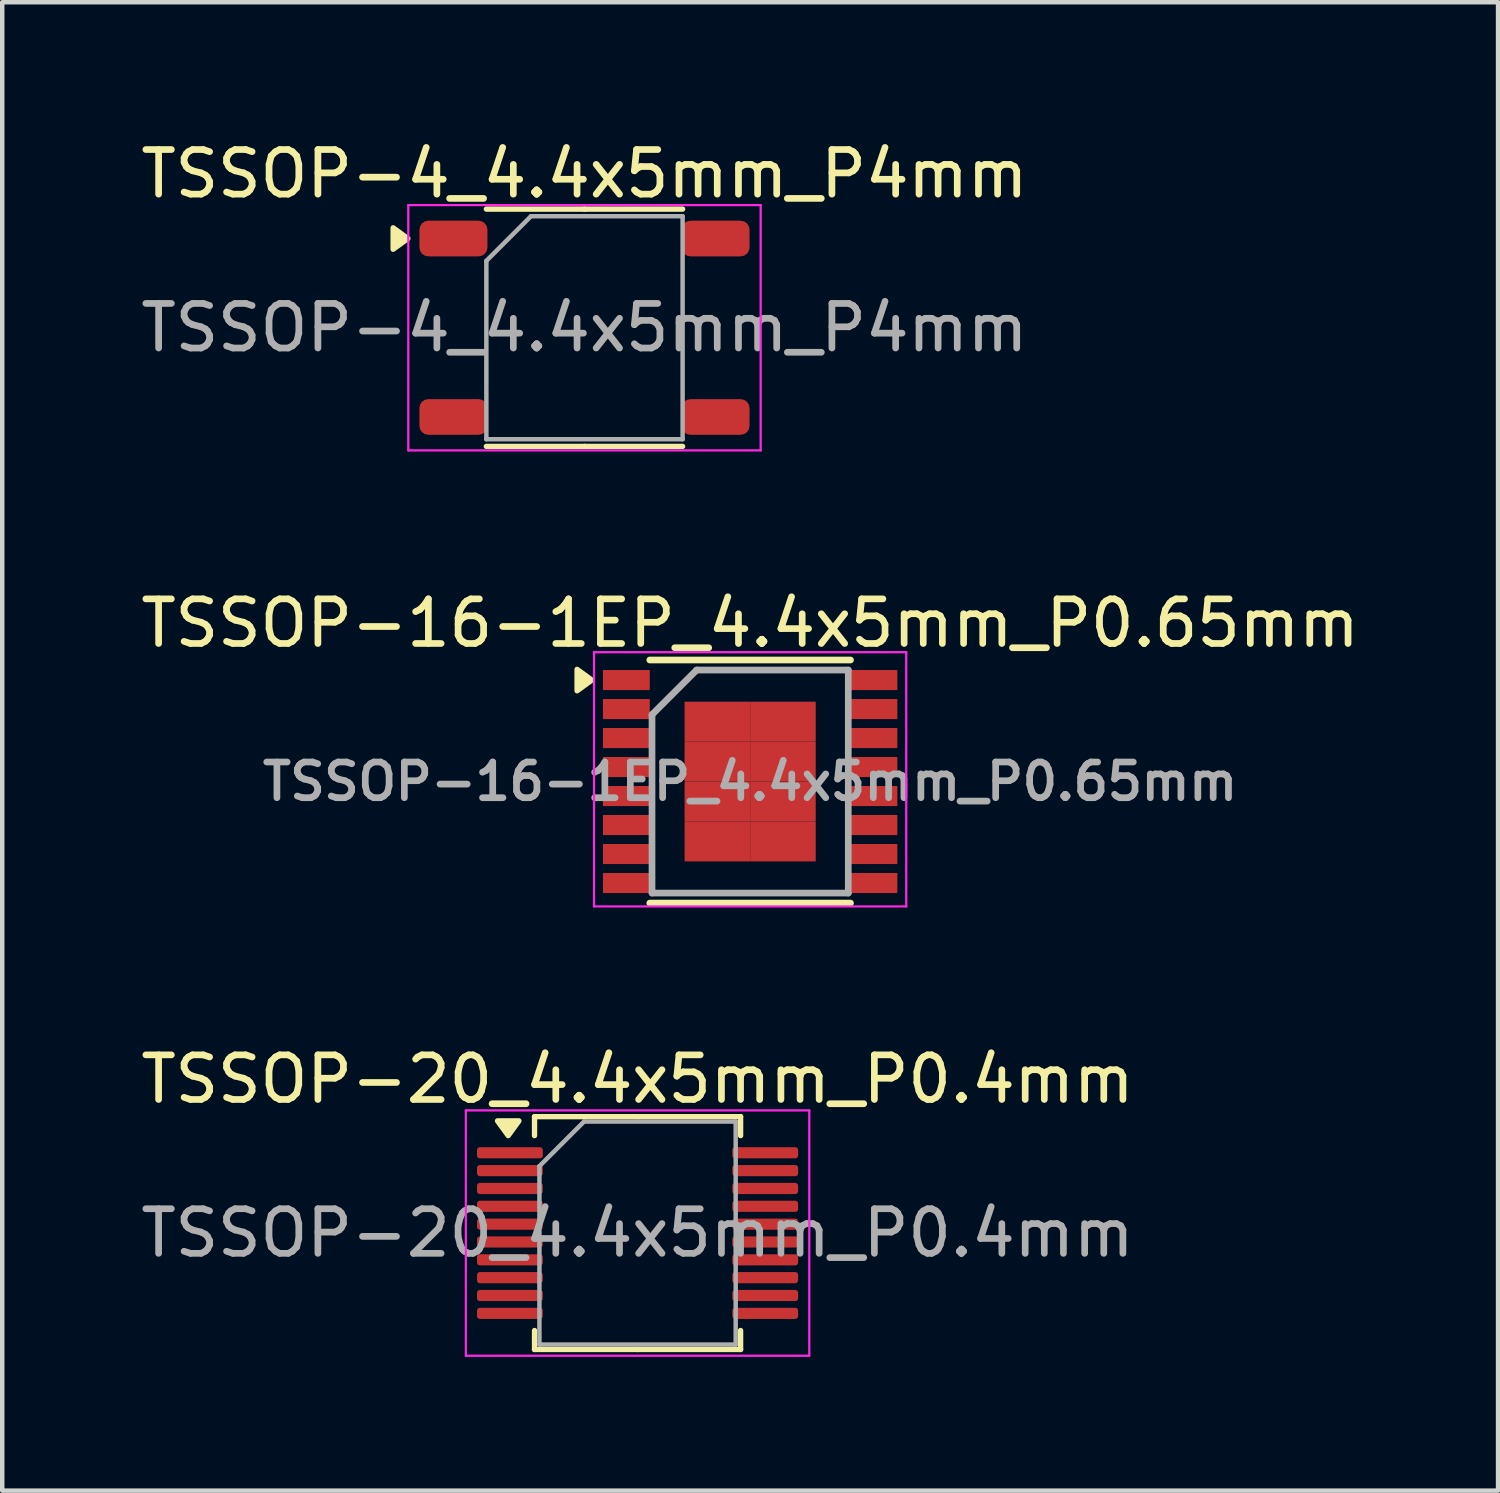
<source format=kicad_pcb>
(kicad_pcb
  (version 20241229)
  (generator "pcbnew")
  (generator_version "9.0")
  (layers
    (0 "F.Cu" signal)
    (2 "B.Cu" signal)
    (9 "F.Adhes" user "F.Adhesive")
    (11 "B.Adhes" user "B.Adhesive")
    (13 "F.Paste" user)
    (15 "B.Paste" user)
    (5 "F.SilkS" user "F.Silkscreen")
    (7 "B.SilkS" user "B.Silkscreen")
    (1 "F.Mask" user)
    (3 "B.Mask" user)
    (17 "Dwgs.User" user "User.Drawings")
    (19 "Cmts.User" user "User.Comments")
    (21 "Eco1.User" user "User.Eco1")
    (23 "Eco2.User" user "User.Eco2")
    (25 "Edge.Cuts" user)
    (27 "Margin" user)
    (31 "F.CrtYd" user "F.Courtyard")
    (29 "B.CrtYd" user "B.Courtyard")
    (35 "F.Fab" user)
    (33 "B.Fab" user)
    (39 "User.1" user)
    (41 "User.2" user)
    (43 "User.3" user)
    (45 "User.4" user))
  (footprint "TSSOP-4_4.4x5mm_P4mm"
    (layer "F.Cu")
    (at 10.054 4.298)
    (property "Reference" "TSSOP-4_4.4x5mm_P4mm" (at 0 -3.45 0) (layer "F.SilkS") (effects (font (size 1 1) (thickness 0.15))))
    (attr smd)
    (fp_line (start 0 -2.66) (end -2.2 -2.66) (stroke (width 0.12) (type solid)) (layer "F.SilkS"))
    (fp_line (start 0 -2.66) (end 2.2 -2.66) (stroke (width 0.12) (type solid)) (layer "F.SilkS"))
    (fp_line (start 0 2.66) (end -2.2 2.66) (stroke (width 0.12) (type solid)) (layer "F.SilkS"))
    (fp_line (start 0 2.66) (end 2.2 2.66) (stroke (width 0.12) (type solid)) (layer "F.SilkS"))
    (fp_poly (pts (xy -3.96 -2) (xy -4.29 -2.24) (xy -4.29 -1.76) (xy -3.96 -2)) (stroke (width 0.12) (type solid)) (fill yes) (layer "F.SilkS"))
    (fp_line (start -3.95 -2.75) (end -3.95 2.75) (stroke (width 0.05) (type solid)) (layer "F.CrtYd"))
    (fp_line (start -3.95 2.75) (end 3.95 2.75) (stroke (width 0.05) (type solid)) (layer "F.CrtYd"))
    (fp_line (start 3.95 -2.75) (end -3.95 -2.75) (stroke (width 0.05) (type solid)) (layer "F.CrtYd"))
    (fp_line (start 3.95 2.75) (end 3.95 -2.75) (stroke (width 0.05) (type solid)) (layer "F.CrtYd"))
    (fp_line (start -2.2 -1.5) (end -1.2 -2.5) (stroke (width 0.1) (type solid)) (layer "F.Fab"))
    (fp_line (start -2.2 2.5) (end -2.2 -1.5) (stroke (width 0.1) (type solid)) (layer "F.Fab"))
    (fp_line (start -1.2 -2.5) (end 2.2 -2.5) (stroke (width 0.1) (type solid)) (layer "F.Fab"))
    (fp_line (start 2.2 -2.5) (end 2.2 2.5) (stroke (width 0.1) (type solid)) (layer "F.Fab"))
    (fp_line (start 2.2 2.5) (end -2.2 2.5) (stroke (width 0.1) (type solid)) (layer "F.Fab"))
    (fp_text user "${REFERENCE}" (at 0 0 0) (layer "F.Fab") (effects (font (size 1 1) (thickness 0.15))))
    (pad "1" smd roundrect (at -2.938 -2) (size 1.525 0.8) (layers "F.Cu" "F.Mask" "F.Paste") (roundrect_rratio 0.25))
    (pad "2" smd roundrect (at -2.938 2) (size 1.525 0.8) (layers "F.Cu" "F.Mask" "F.Paste") (roundrect_rratio 0.25))
    (pad "3" smd roundrect (at 2.938 2) (size 1.525 0.8) (layers "F.Cu" "F.Mask" "F.Paste") (roundrect_rratio 0.25))
    (pad "4" smd roundrect (at 2.938 -2) (size 1.525 0.8) (layers "F.Cu" "F.Mask" "F.Paste") (roundrect_rratio 0.25)))
  (footprint "TSSOP-16-1EP_4.4x5mm_P0.65mm"
    (layer "F.Cu")
    (at 13.768 14.472)
    (property "Reference" "TSSOP-16-1EP_4.4x5mm_P0.65mm" (at 0 -3.55 0) (layer "F.SilkS") (effects (font (size 1 1) (thickness 0.15))))
    (attr smd)
    (fp_line (start -2.25 -2.725) (end 2.25 -2.725) (stroke (width 0.15) (type solid)) (layer "F.SilkS"))
    (fp_line (start -2.25 2.725) (end 2.25 2.725) (stroke (width 0.15) (type solid)) (layer "F.SilkS"))
    (fp_poly (pts (xy -3.55 -2.275) (xy -3.88 -2.515) (xy -3.88 -2.035) (xy -3.55 -2.275)) (stroke (width 0.12) (type solid)) (fill yes) (layer "F.SilkS"))
    (fp_line (start -3.5 -2.9) (end -3.5 2.8) (stroke (width 0.05) (type solid)) (layer "F.CrtYd"))
    (fp_line (start -3.5 -2.9) (end 3.5 -2.9) (stroke (width 0.05) (type solid)) (layer "F.CrtYd"))
    (fp_line (start -3.5 2.8) (end 3.5 2.8) (stroke (width 0.05) (type solid)) (layer "F.CrtYd"))
    (fp_line (start 3.5 -2.9) (end 3.5 2.8) (stroke (width 0.05) (type solid)) (layer "F.CrtYd"))
    (fp_line (start -2.2 -1.5) (end -1.2 -2.5) (stroke (width 0.15) (type solid)) (layer "F.Fab"))
    (fp_line (start -2.2 2.5) (end -2.2 -1.5) (stroke (width 0.15) (type solid)) (layer "F.Fab"))
    (fp_line (start -1.2 -2.5) (end 2.2 -2.5) (stroke (width 0.15) (type solid)) (layer "F.Fab"))
    (fp_line (start 2.2 -2.5) (end 2.2 2.5) (stroke (width 0.15) (type solid)) (layer "F.Fab"))
    (fp_line (start 2.2 2.5) (end -2.2 2.5) (stroke (width 0.15) (type solid)) (layer "F.Fab"))
    (fp_text user "${REFERENCE}" (at 0 0 0) (layer "F.Fab") (effects (font (size 0.8 0.8) (thickness 0.15))))
    (pad "1" smd rect (at -2.775 -2.275) (size 1.05 0.45) (layers "F.Cu" "F.Mask" "F.Paste"))
    (pad "2" smd rect (at -2.775 -1.625) (size 1.05 0.45) (layers "F.Cu" "F.Mask" "F.Paste"))
    (pad "3" smd rect (at -2.775 -0.975) (size 1.05 0.45) (layers "F.Cu" "F.Mask" "F.Paste"))
    (pad "4" smd rect (at -2.775 -0.325) (size 1.05 0.45) (layers "F.Cu" "F.Mask" "F.Paste"))
    (pad "5" smd rect (at -2.775 0.325) (size 1.05 0.45) (layers "F.Cu" "F.Mask" "F.Paste"))
    (pad "6" smd rect (at -2.775 0.975) (size 1.05 0.45) (layers "F.Cu" "F.Mask" "F.Paste"))
    (pad "7" smd rect (at -2.775 1.625) (size 1.05 0.45) (layers "F.Cu" "F.Mask" "F.Paste"))
    (pad "8" smd rect (at -2.775 2.275) (size 1.05 0.45) (layers "F.Cu" "F.Mask" "F.Paste"))
    (pad "9" smd rect (at 2.775 2.275) (size 1.05 0.45) (layers "F.Cu" "F.Mask" "F.Paste"))
    (pad "10" smd rect (at 2.775 1.625) (size 1.05 0.45) (layers "F.Cu" "F.Mask" "F.Paste"))
    (pad "11" smd rect (at 2.775 0.975) (size 1.05 0.45) (layers "F.Cu" "F.Mask" "F.Paste"))
    (pad "12" smd rect (at 2.775 0.325) (size 1.05 0.45) (layers "F.Cu" "F.Mask" "F.Paste"))
    (pad "13" smd rect (at 2.775 -0.325) (size 1.05 0.45) (layers "F.Cu" "F.Mask" "F.Paste"))
    (pad "14" smd rect (at 2.775 -0.975) (size 1.05 0.45) (layers "F.Cu" "F.Mask" "F.Paste"))
    (pad "15" smd rect (at 2.775 -1.625) (size 1.05 0.45) (layers "F.Cu" "F.Mask" "F.Paste"))
    (pad "16" smd rect (at 2.775 -2.275) (size 1.05 0.45) (layers "F.Cu" "F.Mask" "F.Paste"))
    (pad "17" smd rect (at -0.735 -1.343) (size 1.47 0.895) (layers "F.Cu" "F.Mask" "F.Paste"))
    (pad "17" smd rect (at -0.735 -0.448) (size 1.47 0.895) (layers "F.Cu" "F.Mask" "F.Paste"))
    (pad "17" smd rect (at -0.735 0.448) (size 1.47 0.895) (layers "F.Cu" "F.Mask" "F.Paste"))
    (pad "17" smd rect (at -0.735 1.343) (size 1.47 0.895) (layers "F.Cu" "F.Mask" "F.Paste"))
    (pad "17" smd rect (at 0.735 -1.343) (size 1.47 0.895) (layers "F.Cu" "F.Mask" "F.Paste"))
    (pad "17" smd rect (at 0.735 -0.448) (size 1.47 0.895) (layers "F.Cu" "F.Mask" "F.Paste"))
    (pad "17" smd rect (at 0.735 0.448) (size 1.47 0.895) (layers "F.Cu" "F.Mask" "F.Paste"))
    (pad "17" smd rect (at 0.735 1.343) (size 1.47 0.895) (layers "F.Cu" "F.Mask" "F.Paste")))
  (footprint "TSSOP-20_4.4x5mm_P0.4mm"
    (layer "F.Cu")
    (at 11.244 24.595)
    (property "Reference" "TSSOP-20_4.4x5mm_P0.4mm" (at 0 -3.45 0) (layer "F.SilkS") (effects (font (size 1 1) (thickness 0.15))))
    (attr smd)
    (fp_line (start -2.31 -2.61) (end -2.31 -2.185) (stroke (width 0.12) (type solid)) (layer "F.SilkS"))
    (fp_line (start -2.31 2.61) (end -2.31 2.185) (stroke (width 0.12) (type solid)) (layer "F.SilkS"))
    (fp_line (start 0 -2.61) (end -2.31 -2.61) (stroke (width 0.12) (type solid)) (layer "F.SilkS"))
    (fp_line (start 0 -2.61) (end 2.31 -2.61) (stroke (width 0.12) (type solid)) (layer "F.SilkS"))
    (fp_line (start 0 2.61) (end -2.31 2.61) (stroke (width 0.12) (type solid)) (layer "F.SilkS"))
    (fp_line (start 0 2.61) (end 2.31 2.61) (stroke (width 0.12) (type solid)) (layer "F.SilkS"))
    (fp_line (start 2.31 -2.61) (end 2.31 -2.185) (stroke (width 0.12) (type solid)) (layer "F.SilkS"))
    (fp_line (start 2.31 2.61) (end 2.31 2.185) (stroke (width 0.12) (type solid)) (layer "F.SilkS"))
    (fp_poly (pts (xy -2.9 -2.185) (xy -3.14 -2.515) (xy -2.66 -2.515) (xy -2.9 -2.185)) (stroke (width 0.12) (type solid)) (fill yes) (layer "F.SilkS"))
    (fp_line (start -3.85 -2.75) (end -3.85 2.75) (stroke (width 0.05) (type solid)) (layer "F.CrtYd"))
    (fp_line (start -3.85 2.75) (end 3.85 2.75) (stroke (width 0.05) (type solid)) (layer "F.CrtYd"))
    (fp_line (start 3.85 -2.75) (end -3.85 -2.75) (stroke (width 0.05) (type solid)) (layer "F.CrtYd"))
    (fp_line (start 3.85 2.75) (end 3.85 -2.75) (stroke (width 0.05) (type solid)) (layer "F.CrtYd"))
    (fp_line (start -2.2 -1.5) (end -1.2 -2.5) (stroke (width 0.1) (type solid)) (layer "F.Fab"))
    (fp_line (start -2.2 2.5) (end -2.2 -1.5) (stroke (width 0.1) (type solid)) (layer "F.Fab"))
    (fp_line (start -1.2 -2.5) (end 2.2 -2.5) (stroke (width 0.1) (type solid)) (layer "F.Fab"))
    (fp_line (start 2.2 -2.5) (end 2.2 2.5) (stroke (width 0.1) (type solid)) (layer "F.Fab"))
    (fp_line (start 2.2 2.5) (end -2.2 2.5) (stroke (width 0.1) (type solid)) (layer "F.Fab"))
    (fp_text user "${REFERENCE}" (at 0 0 0) (layer "F.Fab") (effects (font (size 1 1) (thickness 0.15))))
    (pad "1" smd roundrect (at -2.862 -1.8) (size 1.475 0.25) (layers "F.Cu" "F.Mask" "F.Paste") (roundrect_rratio 0.25))
    (pad "2" smd roundrect (at -2.862 -1.4) (size 1.475 0.25) (layers "F.Cu" "F.Mask" "F.Paste") (roundrect_rratio 0.25))
    (pad "3" smd roundrect (at -2.862 -1) (size 1.475 0.25) (layers "F.Cu" "F.Mask" "F.Paste") (roundrect_rratio 0.25))
    (pad "4" smd roundrect (at -2.862 -0.6) (size 1.475 0.25) (layers "F.Cu" "F.Mask" "F.Paste") (roundrect_rratio 0.25))
    (pad "5" smd roundrect (at -2.862 -0.2) (size 1.475 0.25) (layers "F.Cu" "F.Mask" "F.Paste") (roundrect_rratio 0.25))
    (pad "6" smd roundrect (at -2.862 0.2) (size 1.475 0.25) (layers "F.Cu" "F.Mask" "F.Paste") (roundrect_rratio 0.25))
    (pad "7" smd roundrect (at -2.862 0.6) (size 1.475 0.25) (layers "F.Cu" "F.Mask" "F.Paste") (roundrect_rratio 0.25))
    (pad "8" smd roundrect (at -2.862 1) (size 1.475 0.25) (layers "F.Cu" "F.Mask" "F.Paste") (roundrect_rratio 0.25))
    (pad "9" smd roundrect (at -2.862 1.4) (size 1.475 0.25) (layers "F.Cu" "F.Mask" "F.Paste") (roundrect_rratio 0.25))
    (pad "10" smd roundrect (at -2.862 1.8) (size 1.475 0.25) (layers "F.Cu" "F.Mask" "F.Paste") (roundrect_rratio 0.25))
    (pad "11" smd roundrect (at 2.862 1.8) (size 1.475 0.25) (layers "F.Cu" "F.Mask" "F.Paste") (roundrect_rratio 0.25))
    (pad "12" smd roundrect (at 2.862 1.4) (size 1.475 0.25) (layers "F.Cu" "F.Mask" "F.Paste") (roundrect_rratio 0.25))
    (pad "13" smd roundrect (at 2.862 1) (size 1.475 0.25) (layers "F.Cu" "F.Mask" "F.Paste") (roundrect_rratio 0.25))
    (pad "14" smd roundrect (at 2.862 0.6) (size 1.475 0.25) (layers "F.Cu" "F.Mask" "F.Paste") (roundrect_rratio 0.25))
    (pad "15" smd roundrect (at 2.862 0.2) (size 1.475 0.25) (layers "F.Cu" "F.Mask" "F.Paste") (roundrect_rratio 0.25))
    (pad "16" smd roundrect (at 2.862 -0.2) (size 1.475 0.25) (layers "F.Cu" "F.Mask" "F.Paste") (roundrect_rratio 0.25))
    (pad "17" smd roundrect (at 2.862 -0.6) (size 1.475 0.25) (layers "F.Cu" "F.Mask" "F.Paste") (roundrect_rratio 0.25))
    (pad "18" smd roundrect (at 2.862 -1) (size 1.475 0.25) (layers "F.Cu" "F.Mask" "F.Paste") (roundrect_rratio 0.25))
    (pad "19" smd roundrect (at 2.862 -1.4) (size 1.475 0.25) (layers "F.Cu" "F.Mask" "F.Paste") (roundrect_rratio 0.25))
    (pad "20" smd roundrect (at 2.862 -1.8) (size 1.475 0.25) (layers "F.Cu" "F.Mask" "F.Paste") (roundrect_rratio 0.25)))
  (gr_rect
    (start -3 -3)
    (end 30.536 30.37)
    (stroke (width 0.1) (type default))
    (fill no)
    (layer "Edge.Cuts")))
</source>
